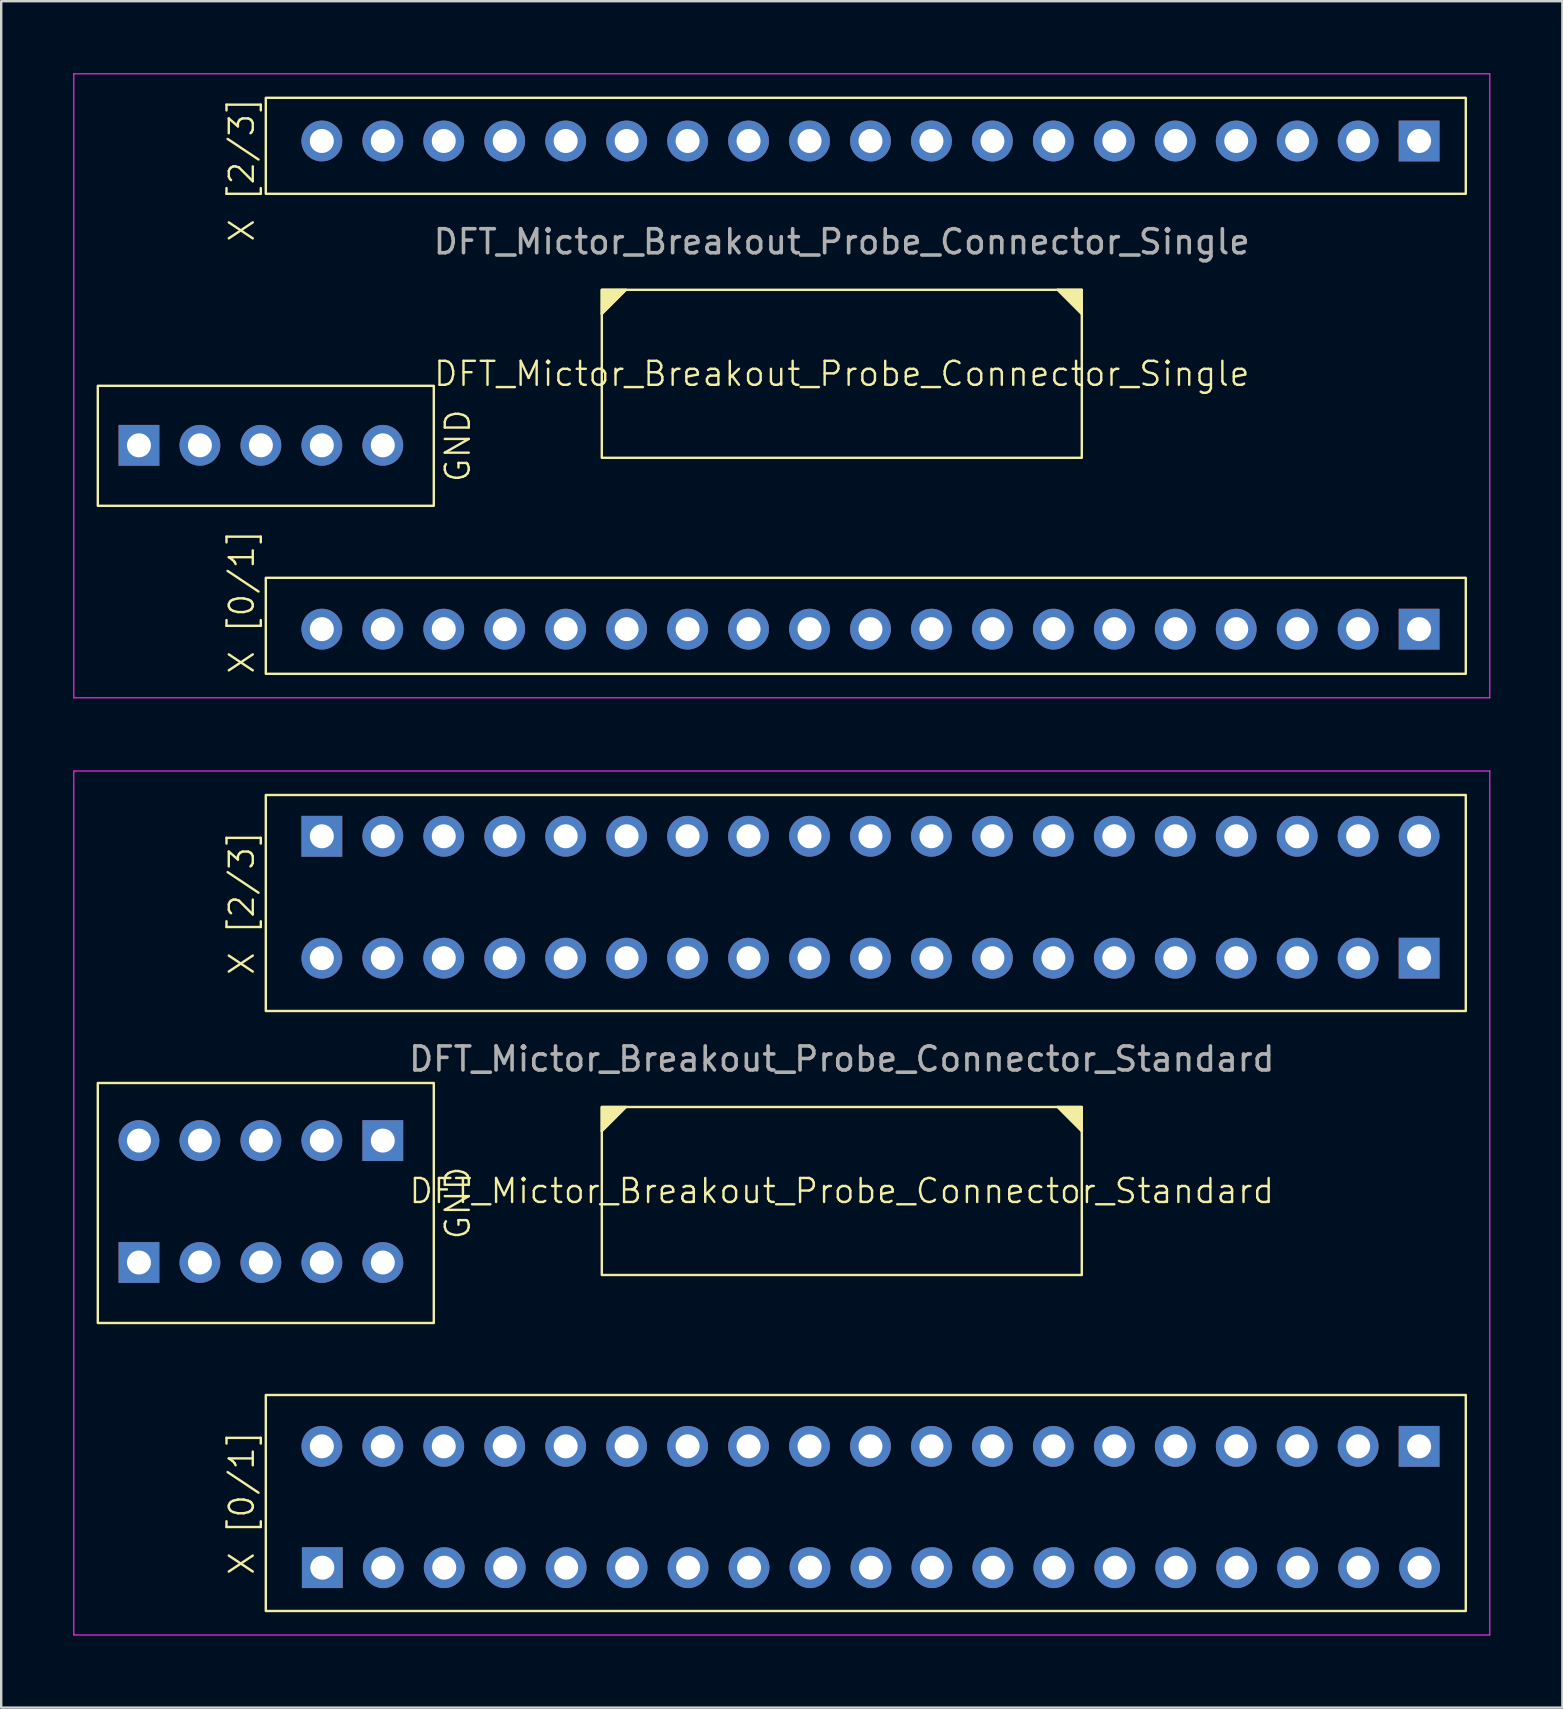
<source format=kicad_pcb>
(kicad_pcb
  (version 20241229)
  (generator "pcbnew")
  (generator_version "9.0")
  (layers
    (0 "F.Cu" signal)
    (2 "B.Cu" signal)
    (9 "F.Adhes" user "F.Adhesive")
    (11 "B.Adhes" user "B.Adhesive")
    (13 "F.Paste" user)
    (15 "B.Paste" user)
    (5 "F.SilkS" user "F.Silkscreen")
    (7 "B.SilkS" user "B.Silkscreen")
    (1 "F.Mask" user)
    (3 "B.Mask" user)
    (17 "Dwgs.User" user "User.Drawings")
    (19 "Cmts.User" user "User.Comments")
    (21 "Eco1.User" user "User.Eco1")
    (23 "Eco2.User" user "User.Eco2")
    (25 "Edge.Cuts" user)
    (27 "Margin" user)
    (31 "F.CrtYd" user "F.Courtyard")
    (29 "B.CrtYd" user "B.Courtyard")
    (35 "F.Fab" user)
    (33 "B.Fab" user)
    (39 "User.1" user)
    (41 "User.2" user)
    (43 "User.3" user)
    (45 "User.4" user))
  (footprint "DFT_Mictor_Breakout_Probe_Connector_Standard"
    (layer "F.Cu")
    (at 32.025 47.075)
    (property "Reference" "DFT_Mictor_Breakout_Probe_Connector_Standard" (at 0 -0.5 0) (unlocked yes) (layer "F.SilkS") (effects (font (size 1 1) (thickness 0.1))))
    (attr smd)
    (fp_line (start -10 -3) (end -9 -4) (stroke (width 0.1) (type default)) (layer "F.SilkS"))
    (fp_line (start 10 -3) (end 9 -4) (stroke (width 0.1) (type default)) (layer "F.SilkS"))
    (fp_rect (start -31 -5) (end -17 5) (stroke (width 0.1) (type default)) (fill no) (layer "F.SilkS"))
    (fp_rect (start -24 -17) (end 26 -8) (stroke (width 0.1) (type default)) (fill no) (layer "F.SilkS"))
    (fp_rect (start -24 8) (end 26 17) (stroke (width 0.1) (type default)) (fill no) (layer "F.SilkS"))
    (fp_rect (start -10 -4) (end 10 3) (stroke (width 0.1) (type default)) (fill no) (layer "F.SilkS"))
    (fp_poly (pts (xy -10 -3) (xy -10 -4) (xy -9 -4)) (stroke (width 0.1) (type solid)) (fill yes) (layer "F.SilkS"))
    (fp_poly (pts (xy 10 -3) (xy 9 -4) (xy 10 -4)) (stroke (width 0.1) (type solid)) (fill yes) (layer "F.SilkS"))
    (fp_line (start -32 -18) (end 27 -18) (stroke (width 0.05) (type default)) (layer "F.CrtYd"))
    (fp_line (start -32 18) (end -32 -18) (stroke (width 0.05) (type default)) (layer "F.CrtYd"))
    (fp_line (start 27 -18) (end 27 18) (stroke (width 0.05) (type default)) (layer "F.CrtYd"))
    (fp_line (start 27 18) (end -32 18) (stroke (width 0.05) (type default)) (layer "F.CrtYd"))
    (fp_text user "X [2/3]" (at -25 -12.5 90) (unlocked yes) (layer "F.SilkS") (effects (font (size 1 1) (thickness 0.1))))
    (fp_text user "X [0/1]" (at -25 12.5 90) (unlocked yes) (layer "F.SilkS") (effects (font (size 1 1) (thickness 0.1))))
    (fp_text user "GND" (at -16 0 90) (unlocked yes) (layer "F.SilkS") (effects (font (size 1 1) (thickness 0.1))))
    (fp_text user "${REFERENCE}" (at 0 -6 0) (unlocked yes) (layer "F.Fab") (effects (font (size 1 1) (thickness 0.15))))
    (pad "1" thru_hole rect (at -29.285 2.48 90) (size 1.7 1.7) (drill 1) (layers "*.Cu" "*.Mask"))
    (pad "1" thru_hole rect (at -21.665 -15.28 90) (size 1.7 1.7) (drill 1) (layers "*.Cu" "*.Mask"))
    (pad "1" thru_hole rect (at -21.645 15.195 90) (size 1.7 1.7) (drill 1) (layers "*.Cu" "*.Mask"))
    (pad "1" thru_hole rect (at -19.125 -2.6 270) (size 1.7 1.7) (drill 1) (layers "*.Cu" "*.Mask"))
    (pad "1" thru_hole rect (at 24.055 -10.2 270) (size 1.7 1.7) (drill 1) (layers "*.Cu" "*.Mask"))
    (pad "1" thru_hole rect (at 24.055 10.14 270) (size 1.7 1.7) (drill 1) (layers "*.Cu" "*.Mask"))
    (pad "2" thru_hole circle (at -26.745 2.48 90) (size 1.7 1.7) (drill 1) (layers "*.Cu" "*.Mask"))
    (pad "2" thru_hole circle (at -21.665 -2.6 270) (size 1.7 1.7) (drill 1) (layers "*.Cu" "*.Mask"))
    (pad "2" thru_hole circle (at -19.125 -15.28 90) (size 1.7 1.7) (drill 1) (layers "*.Cu" "*.Mask"))
    (pad "2" thru_hole circle (at -19.105 15.195 90) (size 1.7 1.7) (drill 1) (layers "*.Cu" "*.Mask"))
    (pad "2" thru_hole circle (at 21.515 -10.2 270) (size 1.7 1.7) (drill 1) (layers "*.Cu" "*.Mask"))
    (pad "2" thru_hole circle (at 21.515 10.14 270) (size 1.7 1.7) (drill 1) (layers "*.Cu" "*.Mask"))
    (pad "3" thru_hole circle (at -24.205 2.48 90) (size 1.7 1.7) (drill 1) (layers "*.Cu" "*.Mask"))
    (pad "3" thru_hole circle (at -24.205 -2.6 270) (size 1.7 1.7) (drill 1) (layers "*.Cu" "*.Mask"))
    (pad "3" thru_hole circle (at -16.585 -15.28 90) (size 1.7 1.7) (drill 1) (layers "*.Cu" "*.Mask"))
    (pad "3" thru_hole circle (at -16.565 15.195 90) (size 1.7 1.7) (drill 1) (layers "*.Cu" "*.Mask"))
    (pad "3" thru_hole circle (at 18.975 -10.2 270) (size 1.7 1.7) (drill 1) (layers "*.Cu" "*.Mask"))
    (pad "3" thru_hole circle (at 18.975 10.14 270) (size 1.7 1.7) (drill 1) (layers "*.Cu" "*.Mask"))
    (pad "4" thru_hole circle (at -26.745 -2.6 270) (size 1.7 1.7) (drill 1) (layers "*.Cu" "*.Mask"))
    (pad "4" thru_hole circle (at -21.665 2.48 90) (size 1.7 1.7) (drill 1) (layers "*.Cu" "*.Mask"))
    (pad "4" thru_hole circle (at -14.045 -15.28 90) (size 1.7 1.7) (drill 1) (layers "*.Cu" "*.Mask"))
    (pad "4" thru_hole circle (at -14.025 15.195 90) (size 1.7 1.7) (drill 1) (layers "*.Cu" "*.Mask"))
    (pad "4" thru_hole circle (at 16.435 -10.2 270) (size 1.7 1.7) (drill 1) (layers "*.Cu" "*.Mask"))
    (pad "4" thru_hole circle (at 16.435 10.14 270) (size 1.7 1.7) (drill 1) (layers "*.Cu" "*.Mask"))
    (pad "5" thru_hole circle (at -29.285 -2.6 270) (size 1.7 1.7) (drill 1) (layers "*.Cu" "*.Mask"))
    (pad "5" thru_hole circle (at -19.125 2.48 90) (size 1.7 1.7) (drill 1) (layers "*.Cu" "*.Mask"))
    (pad "5" thru_hole circle (at -11.505 -15.28 90) (size 1.7 1.7) (drill 1) (layers "*.Cu" "*.Mask"))
    (pad "5" thru_hole circle (at -11.485 15.195 90) (size 1.7 1.7) (drill 1) (layers "*.Cu" "*.Mask"))
    (pad "5" thru_hole circle (at 13.895 -10.2 270) (size 1.7 1.7) (drill 1) (layers "*.Cu" "*.Mask"))
    (pad "5" thru_hole circle (at 13.895 10.14 270) (size 1.7 1.7) (drill 1) (layers "*.Cu" "*.Mask"))
    (pad "6" thru_hole circle (at -8.965 -15.28 90) (size 1.7 1.7) (drill 1) (layers "*.Cu" "*.Mask"))
    (pad "6" thru_hole circle (at -8.945 15.195 90) (size 1.7 1.7) (drill 1) (layers "*.Cu" "*.Mask"))
    (pad "6" thru_hole circle (at 11.355 -10.2 270) (size 1.7 1.7) (drill 1) (layers "*.Cu" "*.Mask"))
    (pad "6" thru_hole circle (at 11.355 10.14 270) (size 1.7 1.7) (drill 1) (layers "*.Cu" "*.Mask"))
    (pad "7" thru_hole circle (at -6.425 -15.28 90) (size 1.7 1.7) (drill 1) (layers "*.Cu" "*.Mask"))
    (pad "7" thru_hole circle (at -6.405 15.195 90) (size 1.7 1.7) (drill 1) (layers "*.Cu" "*.Mask"))
    (pad "7" thru_hole circle (at 8.815 -10.2 270) (size 1.7 1.7) (drill 1) (layers "*.Cu" "*.Mask"))
    (pad "7" thru_hole circle (at 8.815 10.14 270) (size 1.7 1.7) (drill 1) (layers "*.Cu" "*.Mask"))
    (pad "8" thru_hole circle (at -3.885 -15.28 90) (size 1.7 1.7) (drill 1) (layers "*.Cu" "*.Mask"))
    (pad "8" thru_hole circle (at -3.865 15.195 90) (size 1.7 1.7) (drill 1) (layers "*.Cu" "*.Mask"))
    (pad "8" thru_hole circle (at 6.275 -10.2 270) (size 1.7 1.7) (drill 1) (layers "*.Cu" "*.Mask"))
    (pad "8" thru_hole circle (at 6.275 10.14 270) (size 1.7 1.7) (drill 1) (layers "*.Cu" "*.Mask"))
    (pad "9" thru_hole circle (at -1.345 -15.28 90) (size 1.7 1.7) (drill 1) (layers "*.Cu" "*.Mask"))
    (pad "9" thru_hole circle (at -1.325 15.195 90) (size 1.7 1.7) (drill 1) (layers "*.Cu" "*.Mask"))
    (pad "9" thru_hole circle (at 3.735 -10.2 270) (size 1.7 1.7) (drill 1) (layers "*.Cu" "*.Mask"))
    (pad "9" thru_hole circle (at 3.735 10.14 270) (size 1.7 1.7) (drill 1) (layers "*.Cu" "*.Mask"))
    (pad "10" thru_hole circle (at 1.195 -15.28 90) (size 1.7 1.7) (drill 1) (layers "*.Cu" "*.Mask"))
    (pad "10" thru_hole circle (at 1.195 -10.2 270) (size 1.7 1.7) (drill 1) (layers "*.Cu" "*.Mask"))
    (pad "10" thru_hole circle (at 1.195 10.14 270) (size 1.7 1.7) (drill 1) (layers "*.Cu" "*.Mask"))
    (pad "10" thru_hole circle (at 1.215 15.195 90) (size 1.7 1.7) (drill 1) (layers "*.Cu" "*.Mask"))
    (pad "11" thru_hole circle (at -1.345 -10.2 270) (size 1.7 1.7) (drill 1) (layers "*.Cu" "*.Mask"))
    (pad "11" thru_hole circle (at -1.345 10.14 270) (size 1.7 1.7) (drill 1) (layers "*.Cu" "*.Mask"))
    (pad "11" thru_hole circle (at 3.735 -15.28 90) (size 1.7 1.7) (drill 1) (layers "*.Cu" "*.Mask"))
    (pad "11" thru_hole circle (at 3.755 15.195 90) (size 1.7 1.7) (drill 1) (layers "*.Cu" "*.Mask"))
    (pad "12" thru_hole circle (at -3.885 -10.2 270) (size 1.7 1.7) (drill 1) (layers "*.Cu" "*.Mask"))
    (pad "12" thru_hole circle (at -3.885 10.14 270) (size 1.7 1.7) (drill 1) (layers "*.Cu" "*.Mask"))
    (pad "12" thru_hole circle (at 6.275 -15.28 90) (size 1.7 1.7) (drill 1) (layers "*.Cu" "*.Mask"))
    (pad "12" thru_hole circle (at 6.295 15.195 90) (size 1.7 1.7) (drill 1) (layers "*.Cu" "*.Mask"))
    (pad "13" thru_hole circle (at -6.425 -10.2 270) (size 1.7 1.7) (drill 1) (layers "*.Cu" "*.Mask"))
    (pad "13" thru_hole circle (at -6.425 10.14 270) (size 1.7 1.7) (drill 1) (layers "*.Cu" "*.Mask"))
    (pad "13" thru_hole circle (at 8.815 -15.28 90) (size 1.7 1.7) (drill 1) (layers "*.Cu" "*.Mask"))
    (pad "13" thru_hole circle (at 8.835 15.195 90) (size 1.7 1.7) (drill 1) (layers "*.Cu" "*.Mask"))
    (pad "14" thru_hole circle (at -8.965 -10.2 270) (size 1.7 1.7) (drill 1) (layers "*.Cu" "*.Mask"))
    (pad "14" thru_hole circle (at -8.965 10.14 270) (size 1.7 1.7) (drill 1) (layers "*.Cu" "*.Mask"))
    (pad "14" thru_hole circle (at 11.355 -15.28 90) (size 1.7 1.7) (drill 1) (layers "*.Cu" "*.Mask"))
    (pad "14" thru_hole circle (at 11.375 15.195 90) (size 1.7 1.7) (drill 1) (layers "*.Cu" "*.Mask"))
    (pad "15" thru_hole circle (at -11.505 -10.2 270) (size 1.7 1.7) (drill 1) (layers "*.Cu" "*.Mask"))
    (pad "15" thru_hole circle (at -11.505 10.14 270) (size 1.7 1.7) (drill 1) (layers "*.Cu" "*.Mask"))
    (pad "15" thru_hole circle (at 13.895 -15.28 90) (size 1.7 1.7) (drill 1) (layers "*.Cu" "*.Mask"))
    (pad "15" thru_hole circle (at 13.915 15.195 90) (size 1.7 1.7) (drill 1) (layers "*.Cu" "*.Mask"))
    (pad "16" thru_hole circle (at -14.045 -10.2 270) (size 1.7 1.7) (drill 1) (layers "*.Cu" "*.Mask"))
    (pad "16" thru_hole circle (at -14.045 10.14 270) (size 1.7 1.7) (drill 1) (layers "*.Cu" "*.Mask"))
    (pad "16" thru_hole circle (at 16.435 -15.28 90) (size 1.7 1.7) (drill 1) (layers "*.Cu" "*.Mask"))
    (pad "16" thru_hole circle (at 16.455 15.195 90) (size 1.7 1.7) (drill 1) (layers "*.Cu" "*.Mask"))
    (pad "17" thru_hole circle (at -16.585 -10.2 270) (size 1.7 1.7) (drill 1) (layers "*.Cu" "*.Mask"))
    (pad "17" thru_hole circle (at -16.585 10.14 270) (size 1.7 1.7) (drill 1) (layers "*.Cu" "*.Mask"))
    (pad "17" thru_hole circle (at 18.975 -15.28 90) (size 1.7 1.7) (drill 1) (layers "*.Cu" "*.Mask"))
    (pad "17" thru_hole circle (at 18.995 15.195 90) (size 1.7 1.7) (drill 1) (layers "*.Cu" "*.Mask"))
    (pad "18" thru_hole circle (at -19.125 -10.2 270) (size 1.7 1.7) (drill 1) (layers "*.Cu" "*.Mask"))
    (pad "18" thru_hole circle (at -19.125 10.14 270) (size 1.7 1.7) (drill 1) (layers "*.Cu" "*.Mask"))
    (pad "18" thru_hole circle (at 21.515 -15.28 90) (size 1.7 1.7) (drill 1) (layers "*.Cu" "*.Mask"))
    (pad "18" thru_hole circle (at 21.535 15.195 90) (size 1.7 1.7) (drill 1) (layers "*.Cu" "*.Mask"))
    (pad "19" thru_hole circle (at -21.665 -10.2 270) (size 1.7 1.7) (drill 1) (layers "*.Cu" "*.Mask"))
    (pad "19" thru_hole circle (at -21.665 10.14 270) (size 1.7 1.7) (drill 1) (layers "*.Cu" "*.Mask"))
    (pad "19" thru_hole circle (at 24.055 -15.28 90) (size 1.7 1.7) (drill 1) (layers "*.Cu" "*.Mask"))
    (pad "19" thru_hole circle (at 24.075 15.195 90) (size 1.7 1.7) (drill 1) (layers "*.Cu" "*.Mask")))
  (footprint "DFT_Mictor_Breakout_Probe_Connector_Single"
    (layer "F.Cu")
    (at 32.025 13.025)
    (property "Reference" "DFT_Mictor_Breakout_Probe_Connector_Single" (at 0 -0.5 0) (unlocked yes) (layer "F.SilkS") (effects (font (size 1 1) (thickness 0.1))))
    (attr smd)
    (fp_line (start -10 -3) (end -9 -4) (stroke (width 0.1) (type default)) (layer "F.SilkS"))
    (fp_line (start 10 -3) (end 9 -4) (stroke (width 0.1) (type default)) (layer "F.SilkS"))
    (fp_rect (start -31 0) (end -17 5) (stroke (width 0.1) (type default)) (fill no) (layer "F.SilkS"))
    (fp_rect (start -24 -12) (end 26 -8) (stroke (width 0.1) (type default)) (fill no) (layer "F.SilkS"))
    (fp_rect (start -24 8) (end 26 12) (stroke (width 0.1) (type default)) (fill no) (layer "F.SilkS"))
    (fp_rect (start -10 -4) (end 10 3) (stroke (width 0.1) (type default)) (fill no) (layer "F.SilkS"))
    (fp_poly (pts (xy -10 -3) (xy -10 -4) (xy -9 -4)) (stroke (width 0.1) (type solid)) (fill yes) (layer "F.SilkS"))
    (fp_poly (pts (xy 10 -3) (xy 9 -4) (xy 10 -4)) (stroke (width 0.1) (type solid)) (fill yes) (layer "F.SilkS"))
    (fp_line (start -32 -13) (end 27 -13) (stroke (width 0.05) (type default)) (layer "F.CrtYd"))
    (fp_line (start -32 13) (end -32 -13) (stroke (width 0.05) (type default)) (layer "F.CrtYd"))
    (fp_line (start 27 -13) (end 27 13) (stroke (width 0.05) (type default)) (layer "F.CrtYd"))
    (fp_line (start 27 13) (end -32 13) (stroke (width 0.05) (type default)) (layer "F.CrtYd"))
    (fp_text user "GND" (at -16 2.5 90) (unlocked yes) (layer "F.SilkS") (effects (font (size 1 1) (thickness 0.1))))
    (fp_text user "X [0/1]" (at -25 9 90) (unlocked yes) (layer "F.SilkS") (effects (font (size 1 1) (thickness 0.1))))
    (fp_text user "X [2/3]" (at -25 -9 90) (unlocked yes) (layer "F.SilkS") (effects (font (size 1 1) (thickness 0.1))))
    (fp_text user "${REFERENCE}" (at 0 -6 0) (unlocked yes) (layer "F.Fab") (effects (font (size 1 1) (thickness 0.15))))
    (pad "1" thru_hole rect (at -29.285 2.48 90) (size 1.7 1.7) (drill 1) (layers "*.Cu" "*.Mask"))
    (pad "1" thru_hole rect (at 24.055 -10.2 270) (size 1.7 1.7) (drill 1) (layers "*.Cu" "*.Mask"))
    (pad "1" thru_hole rect (at 24.055 10.14 270) (size 1.7 1.7) (drill 1) (layers "*.Cu" "*.Mask"))
    (pad "2" thru_hole circle (at -26.745 2.48 90) (size 1.7 1.7) (drill 1) (layers "*.Cu" "*.Mask"))
    (pad "2" thru_hole circle (at 21.515 -10.2 270) (size 1.7 1.7) (drill 1) (layers "*.Cu" "*.Mask"))
    (pad "2" thru_hole circle (at 21.515 10.14 270) (size 1.7 1.7) (drill 1) (layers "*.Cu" "*.Mask"))
    (pad "3" thru_hole circle (at -24.205 2.48 90) (size 1.7 1.7) (drill 1) (layers "*.Cu" "*.Mask"))
    (pad "3" thru_hole circle (at 18.975 -10.2 270) (size 1.7 1.7) (drill 1) (layers "*.Cu" "*.Mask"))
    (pad "3" thru_hole circle (at 18.975 10.14 270) (size 1.7 1.7) (drill 1) (layers "*.Cu" "*.Mask"))
    (pad "4" thru_hole circle (at -21.665 2.48 90) (size 1.7 1.7) (drill 1) (layers "*.Cu" "*.Mask"))
    (pad "4" thru_hole circle (at 16.435 -10.2 270) (size 1.7 1.7) (drill 1) (layers "*.Cu" "*.Mask"))
    (pad "4" thru_hole circle (at 16.435 10.14 270) (size 1.7 1.7) (drill 1) (layers "*.Cu" "*.Mask"))
    (pad "5" thru_hole circle (at -19.125 2.48 90) (size 1.7 1.7) (drill 1) (layers "*.Cu" "*.Mask"))
    (pad "5" thru_hole circle (at 13.895 -10.2 270) (size 1.7 1.7) (drill 1) (layers "*.Cu" "*.Mask"))
    (pad "5" thru_hole circle (at 13.895 10.14 270) (size 1.7 1.7) (drill 1) (layers "*.Cu" "*.Mask"))
    (pad "6" thru_hole circle (at 11.355 -10.2 270) (size 1.7 1.7) (drill 1) (layers "*.Cu" "*.Mask"))
    (pad "6" thru_hole circle (at 11.355 10.14 270) (size 1.7 1.7) (drill 1) (layers "*.Cu" "*.Mask"))
    (pad "7" thru_hole circle (at 8.815 -10.2 270) (size 1.7 1.7) (drill 1) (layers "*.Cu" "*.Mask"))
    (pad "7" thru_hole circle (at 8.815 10.14 270) (size 1.7 1.7) (drill 1) (layers "*.Cu" "*.Mask"))
    (pad "8" thru_hole circle (at 6.275 -10.2 270) (size 1.7 1.7) (drill 1) (layers "*.Cu" "*.Mask"))
    (pad "8" thru_hole circle (at 6.275 10.14 270) (size 1.7 1.7) (drill 1) (layers "*.Cu" "*.Mask"))
    (pad "9" thru_hole circle (at 3.735 -10.2 270) (size 1.7 1.7) (drill 1) (layers "*.Cu" "*.Mask"))
    (pad "9" thru_hole circle (at 3.735 10.14 270) (size 1.7 1.7) (drill 1) (layers "*.Cu" "*.Mask"))
    (pad "10" thru_hole circle (at 1.195 -10.2 270) (size 1.7 1.7) (drill 1) (layers "*.Cu" "*.Mask"))
    (pad "10" thru_hole circle (at 1.195 10.14 270) (size 1.7 1.7) (drill 1) (layers "*.Cu" "*.Mask"))
    (pad "11" thru_hole circle (at -1.345 -10.2 270) (size 1.7 1.7) (drill 1) (layers "*.Cu" "*.Mask"))
    (pad "11" thru_hole circle (at -1.345 10.14 270) (size 1.7 1.7) (drill 1) (layers "*.Cu" "*.Mask"))
    (pad "12" thru_hole circle (at -3.885 -10.2 270) (size 1.7 1.7) (drill 1) (layers "*.Cu" "*.Mask"))
    (pad "12" thru_hole circle (at -3.885 10.14 270) (size 1.7 1.7) (drill 1) (layers "*.Cu" "*.Mask"))
    (pad "13" thru_hole circle (at -6.425 -10.2 270) (size 1.7 1.7) (drill 1) (layers "*.Cu" "*.Mask"))
    (pad "13" thru_hole circle (at -6.425 10.14 270) (size 1.7 1.7) (drill 1) (layers "*.Cu" "*.Mask"))
    (pad "14" thru_hole circle (at -8.965 -10.2 270) (size 1.7 1.7) (drill 1) (layers "*.Cu" "*.Mask"))
    (pad "14" thru_hole circle (at -8.965 10.14 270) (size 1.7 1.7) (drill 1) (layers "*.Cu" "*.Mask"))
    (pad "15" thru_hole circle (at -11.505 -10.2 270) (size 1.7 1.7) (drill 1) (layers "*.Cu" "*.Mask"))
    (pad "15" thru_hole circle (at -11.505 10.14 270) (size 1.7 1.7) (drill 1) (layers "*.Cu" "*.Mask"))
    (pad "16" thru_hole circle (at -14.045 -10.2 270) (size 1.7 1.7) (drill 1) (layers "*.Cu" "*.Mask"))
    (pad "16" thru_hole circle (at -14.045 10.14 270) (size 1.7 1.7) (drill 1) (layers "*.Cu" "*.Mask"))
    (pad "17" thru_hole circle (at -16.585 -10.2 270) (size 1.7 1.7) (drill 1) (layers "*.Cu" "*.Mask"))
    (pad "17" thru_hole circle (at -16.585 10.14 270) (size 1.7 1.7) (drill 1) (layers "*.Cu" "*.Mask"))
    (pad "18" thru_hole circle (at -19.125 -10.2 270) (size 1.7 1.7) (drill 1) (layers "*.Cu" "*.Mask"))
    (pad "18" thru_hole circle (at -19.125 10.14 270) (size 1.7 1.7) (drill 1) (layers "*.Cu" "*.Mask"))
    (pad "19" thru_hole circle (at -21.665 -10.2 270) (size 1.7 1.7) (drill 1) (layers "*.Cu" "*.Mask"))
    (pad "19" thru_hole circle (at -21.665 10.14 270) (size 1.7 1.7) (drill 1) (layers "*.Cu" "*.Mask")))
  (gr_rect
    (start -3 -3)
    (end 62.05 68.1)
    (stroke (width 0.1) (type default))
    (fill no)
    (layer "Edge.Cuts")))
</source>
